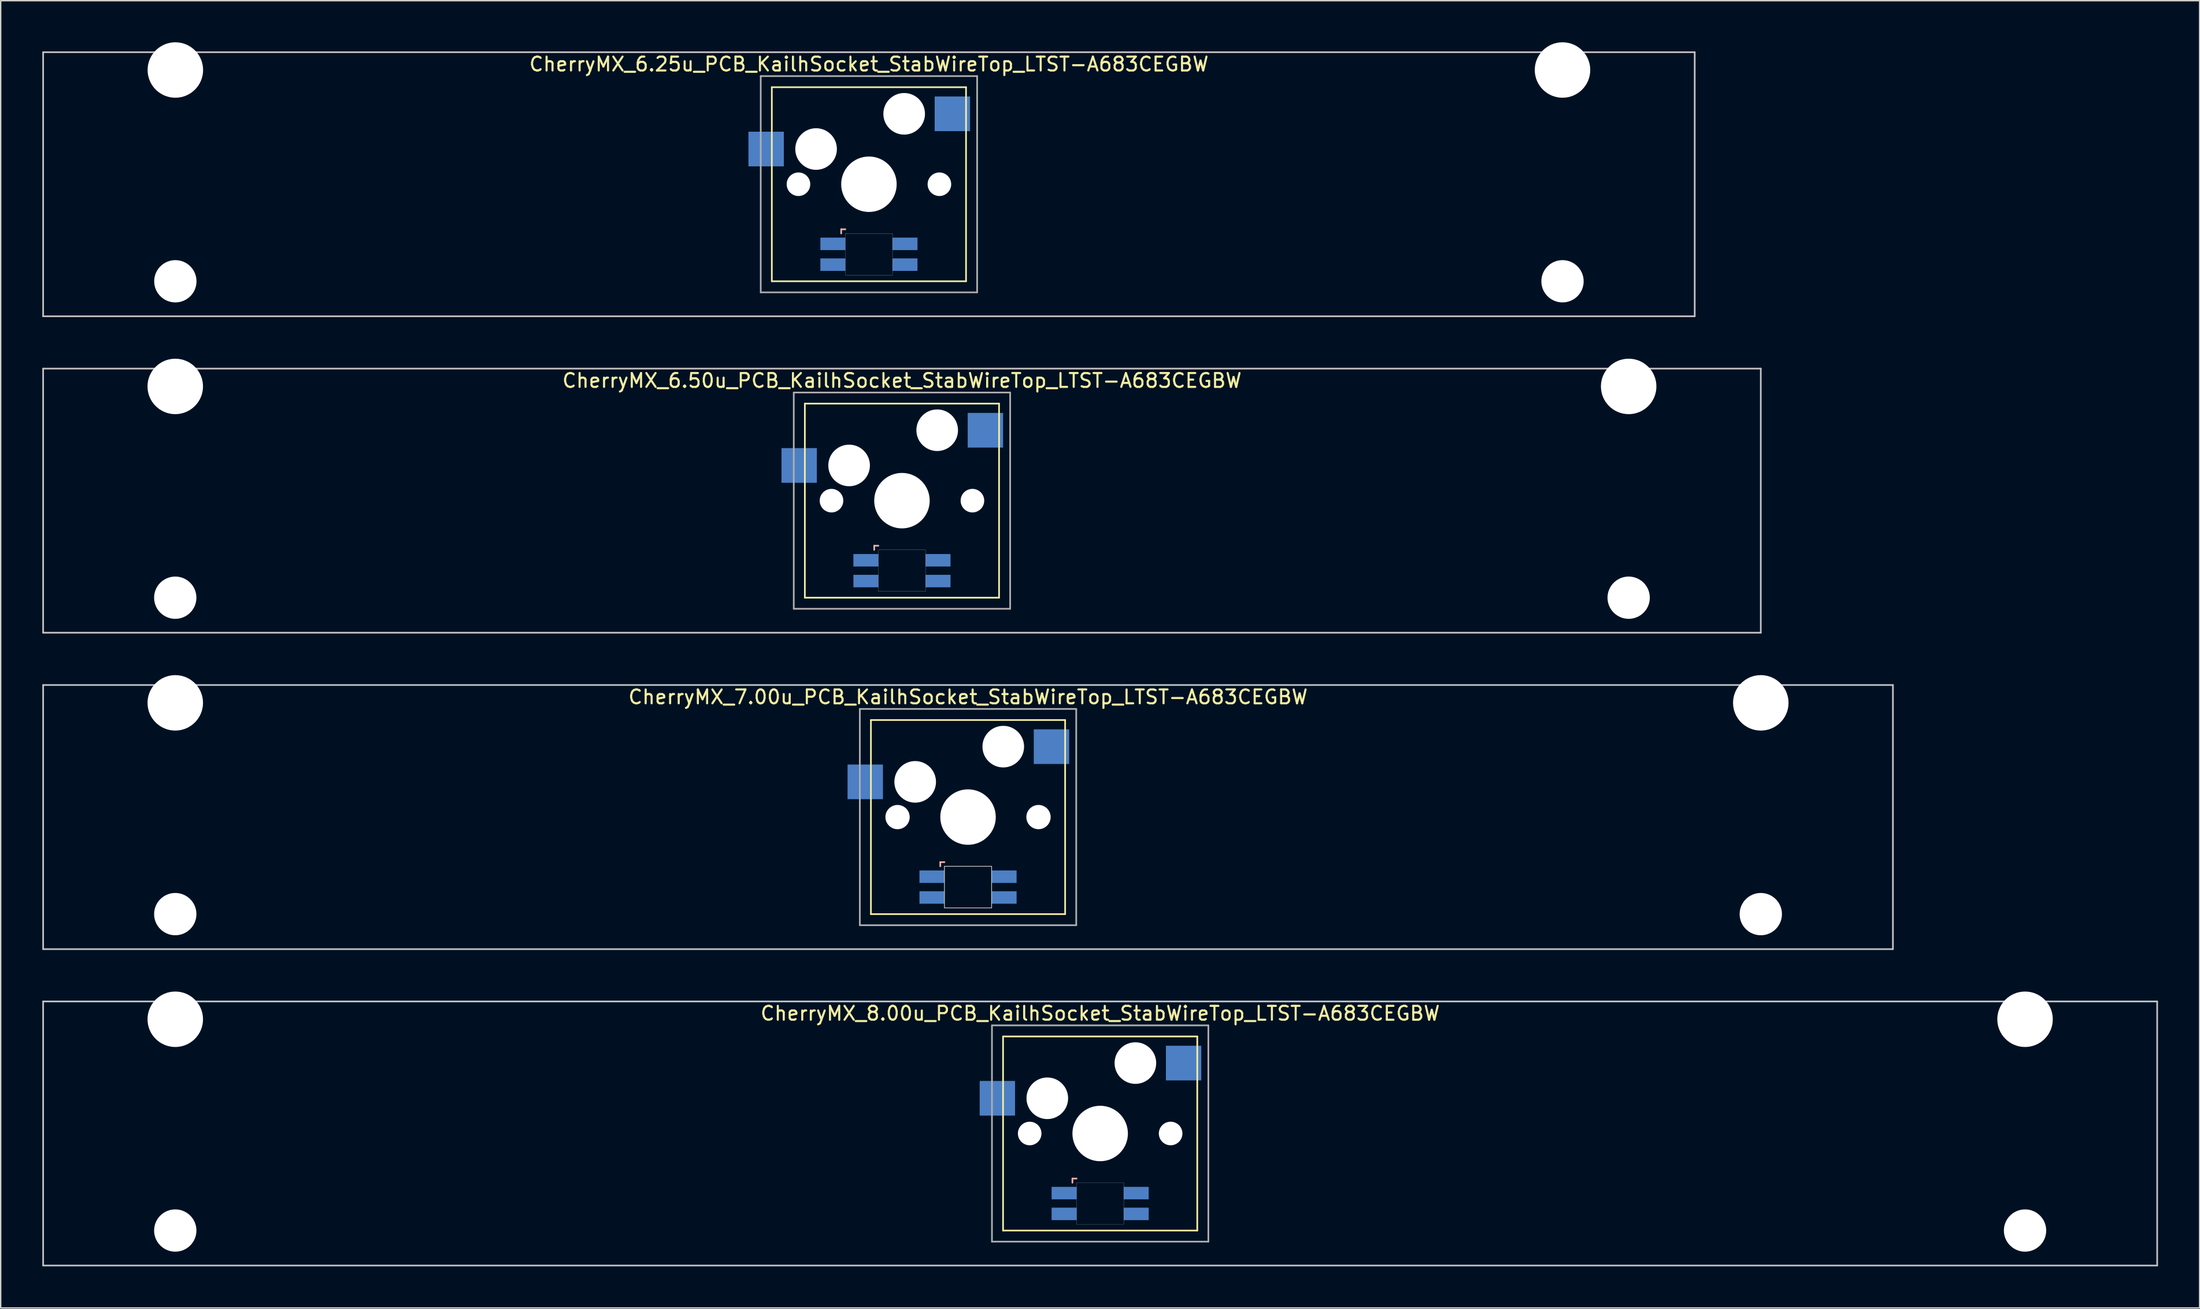
<source format=kicad_pcb>
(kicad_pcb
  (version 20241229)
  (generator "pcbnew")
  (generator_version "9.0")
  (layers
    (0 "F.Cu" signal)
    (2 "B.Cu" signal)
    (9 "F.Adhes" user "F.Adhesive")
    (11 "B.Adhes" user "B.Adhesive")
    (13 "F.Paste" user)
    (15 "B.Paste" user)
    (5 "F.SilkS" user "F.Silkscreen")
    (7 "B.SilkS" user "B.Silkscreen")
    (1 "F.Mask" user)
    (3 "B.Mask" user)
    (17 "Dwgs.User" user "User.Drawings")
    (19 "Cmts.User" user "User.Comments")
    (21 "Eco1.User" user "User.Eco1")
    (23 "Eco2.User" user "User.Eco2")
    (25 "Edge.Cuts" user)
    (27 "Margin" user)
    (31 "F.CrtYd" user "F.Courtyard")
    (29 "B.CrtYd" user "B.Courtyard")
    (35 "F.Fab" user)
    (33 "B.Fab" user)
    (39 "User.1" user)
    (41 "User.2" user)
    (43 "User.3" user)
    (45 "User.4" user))
  (footprint "CherryMX_8.00u_PCB_KailhSocket_StabWireTop_LTST-A683CEGBW"
    (layer "F.Cu")
    (at 76.26 78.715)
    (property "Reference" "CherryMX_8.00u_PCB_KailhSocket_StabWireTop_LTST-A683CEGBW" (at 0 -8.662 0) (layer "F.SilkS") (effects (font (size 1 1) (thickness 0.15))))
    (attr through_hole)
    (fp_line (start -7 -7) (end -7 7) (stroke (width 0.12) (type solid)) (layer "F.SilkS"))
    (fp_line (start -7 -7) (end 7 -7) (stroke (width 0.12) (type solid)) (layer "F.SilkS"))
    (fp_line (start 7 -7) (end 7 7) (stroke (width 0.12) (type solid)) (layer "F.SilkS"))
    (fp_line (start 7 7) (end -7 7) (stroke (width 0.12) (type solid)) (layer "F.SilkS"))
    (fp_line (start -2 3.25) (end -2 3.55) (stroke (width 0.12) (type solid)) (layer "B.SilkS"))
    (fp_line (start -1.7 3.25) (end -2 3.25) (stroke (width 0.12) (type solid)) (layer "B.SilkS"))
    (fp_line (start -76.2 -9.525) (end 76.2 -9.525) (stroke (width 0.12) (type solid)) (layer "Dwgs.User"))
    (fp_line (start -76.2 9.525) (end -76.2 -9.525) (stroke (width 0.12) (type solid)) (layer "Dwgs.User"))
    (fp_line (start 76.2 -9.525) (end 76.2 9.525) (stroke (width 0.12) (type solid)) (layer "Dwgs.User"))
    (fp_line (start 76.2 9.525) (end -76.2 9.525) (stroke (width 0.12) (type solid)) (layer "Dwgs.User"))
    (fp_poly (pts (xy 1.7 6.55) (xy -1.7 6.55) (xy -1.7 3.55) (xy 1.7 3.55)) (stroke (width 0.01) (type solid)) (fill no) (layer "Edge.Cuts"))
    (fp_line (start -7.8 -7.8) (end -7.8 7.8) (stroke (width 0.12) (type solid)) (layer "F.Fab"))
    (fp_line (start -7.8 -7.8) (end 7.8 -7.8) (stroke (width 0.12) (type solid)) (layer "F.Fab"))
    (fp_line (start -7.8 7.8) (end 7.8 7.8) (stroke (width 0.12) (type solid)) (layer "F.Fab"))
    (fp_line (start 7.8 -7.8) (end 7.8 7.8) (stroke (width 0.12) (type solid)) (layer "F.Fab"))
    (pad "" np_thru_hole circle (at -66.675 -8.24) (size 4 4) (drill 4) (layers "*.Cu" "*.Mask"))
    (pad "" np_thru_hole circle (at -66.675 7) (size 3.05 3.05) (drill 3.05) (layers "*.Cu" "*.Mask"))
    (pad "" np_thru_hole circle (at -5.08 0) (size 1.7 1.7) (drill 1.7) (layers "*.Cu" "*.Mask"))
    (pad "" np_thru_hole circle (at -3.81 -2.54) (size 3 3) (drill 3) (layers "*.Cu" "*.Mask"))
    (pad "" np_thru_hole circle (at 0 0) (size 4 4) (drill 4) (layers "*.Cu" "*.Mask"))
    (pad "" np_thru_hole circle (at 2.54 -5.08) (size 3 3) (drill 3) (layers "*.Cu" "*.Mask"))
    (pad "" np_thru_hole circle (at 5.08 0) (size 1.7 1.7) (drill 1.7) (layers "*.Cu" "*.Mask"))
    (pad "" np_thru_hole circle (at 66.675 -8.24) (size 4 4) (drill 4) (layers "*.Cu" "*.Mask"))
    (pad "" np_thru_hole circle (at 66.675 7) (size 3.05 3.05) (drill 3.05) (layers "*.Cu" "*.Mask"))
    (pad "1" smd rect (at -7.41 -2.54) (size 2.55 2.5) (layers "B.Cu" "B.Mask" "B.Paste"))
    (pad "2" smd rect (at 6.015 -5.08) (size 2.55 2.5) (layers "B.Cu" "B.Mask" "B.Paste"))
    (pad "3" smd rect (at -2.6 4.3) (size 1.8 0.9) (layers "B.Cu" "B.Mask" "B.Paste"))
    (pad "4" smd rect (at -2.6 5.8) (size 1.8 0.9) (layers "B.Cu" "B.Mask" "B.Paste"))
    (pad "5" smd rect (at 2.6 4.3) (size 1.8 0.9) (layers "B.Cu" "B.Mask" "B.Paste"))
    (pad "6" smd rect (at 2.6 5.8) (size 1.8 0.9) (layers "B.Cu" "B.Mask" "B.Paste")))
  (footprint "CherryMX_6.50u_PCB_KailhSocket_StabWireTop_LTST-A683CEGBW"
    (layer "F.Cu")
    (at 61.972 33.065)
    (property "Reference" "CherryMX_6.50u_PCB_KailhSocket_StabWireTop_LTST-A683CEGBW" (at 0 -8.662 0) (layer "F.SilkS") (effects (font (size 1 1) (thickness 0.15))))
    (attr through_hole)
    (fp_line (start -7 -7) (end -7 7) (stroke (width 0.12) (type solid)) (layer "F.SilkS"))
    (fp_line (start -7 -7) (end 7 -7) (stroke (width 0.12) (type solid)) (layer "F.SilkS"))
    (fp_line (start 7 -7) (end 7 7) (stroke (width 0.12) (type solid)) (layer "F.SilkS"))
    (fp_line (start 7 7) (end -7 7) (stroke (width 0.12) (type solid)) (layer "F.SilkS"))
    (fp_line (start -2 3.25) (end -2 3.55) (stroke (width 0.12) (type solid)) (layer "B.SilkS"))
    (fp_line (start -1.7 3.25) (end -2 3.25) (stroke (width 0.12) (type solid)) (layer "B.SilkS"))
    (fp_line (start -61.913 -9.525) (end 61.913 -9.525) (stroke (width 0.12) (type solid)) (layer "Dwgs.User"))
    (fp_line (start -61.913 9.525) (end -61.913 -9.525) (stroke (width 0.12) (type solid)) (layer "Dwgs.User"))
    (fp_line (start 61.913 -9.525) (end 61.913 9.525) (stroke (width 0.12) (type solid)) (layer "Dwgs.User"))
    (fp_line (start 61.913 9.525) (end -61.913 9.525) (stroke (width 0.12) (type solid)) (layer "Dwgs.User"))
    (fp_poly (pts (xy 1.7 6.55) (xy -1.7 6.55) (xy -1.7 3.55) (xy 1.7 3.55)) (stroke (width 0.01) (type solid)) (fill no) (layer "Edge.Cuts"))
    (fp_line (start -7.8 -7.8) (end -7.8 7.8) (stroke (width 0.12) (type solid)) (layer "F.Fab"))
    (fp_line (start -7.8 -7.8) (end 7.8 -7.8) (stroke (width 0.12) (type solid)) (layer "F.Fab"))
    (fp_line (start -7.8 7.8) (end 7.8 7.8) (stroke (width 0.12) (type solid)) (layer "F.Fab"))
    (fp_line (start 7.8 -7.8) (end 7.8 7.8) (stroke (width 0.12) (type solid)) (layer "F.Fab"))
    (pad "" np_thru_hole circle (at -52.388 -8.24) (size 4 4) (drill 4) (layers "*.Cu" "*.Mask"))
    (pad "" np_thru_hole circle (at -52.388 7) (size 3.05 3.05) (drill 3.05) (layers "*.Cu" "*.Mask"))
    (pad "" np_thru_hole circle (at -5.08 0) (size 1.7 1.7) (drill 1.7) (layers "*.Cu" "*.Mask"))
    (pad "" np_thru_hole circle (at -3.81 -2.54) (size 3 3) (drill 3) (layers "*.Cu" "*.Mask"))
    (pad "" np_thru_hole circle (at 0 0) (size 4 4) (drill 4) (layers "*.Cu" "*.Mask"))
    (pad "" np_thru_hole circle (at 2.54 -5.08) (size 3 3) (drill 3) (layers "*.Cu" "*.Mask"))
    (pad "" np_thru_hole circle (at 5.08 0) (size 1.7 1.7) (drill 1.7) (layers "*.Cu" "*.Mask"))
    (pad "" np_thru_hole circle (at 52.388 -8.24) (size 4 4) (drill 4) (layers "*.Cu" "*.Mask"))
    (pad "" np_thru_hole circle (at 52.388 7) (size 3.05 3.05) (drill 3.05) (layers "*.Cu" "*.Mask"))
    (pad "1" smd rect (at -7.41 -2.54) (size 2.55 2.5) (layers "B.Cu" "B.Mask" "B.Paste"))
    (pad "2" smd rect (at 6.015 -5.08) (size 2.55 2.5) (layers "B.Cu" "B.Mask" "B.Paste"))
    (pad "3" smd rect (at -2.6 4.3) (size 1.8 0.9) (layers "B.Cu" "B.Mask" "B.Paste"))
    (pad "4" smd rect (at -2.6 5.8) (size 1.8 0.9) (layers "B.Cu" "B.Mask" "B.Paste"))
    (pad "5" smd rect (at 2.6 4.3) (size 1.8 0.9) (layers "B.Cu" "B.Mask" "B.Paste"))
    (pad "6" smd rect (at 2.6 5.8) (size 1.8 0.9) (layers "B.Cu" "B.Mask" "B.Paste")))
  (footprint "CherryMX_6.25u_PCB_KailhSocket_StabWireTop_LTST-A683CEGBW"
    (layer "F.Cu")
    (at 59.591 10.24)
    (property "Reference" "CherryMX_6.25u_PCB_KailhSocket_StabWireTop_LTST-A683CEGBW" (at 0 -8.662 0) (layer "F.SilkS") (effects (font (size 1 1) (thickness 0.15))))
    (attr through_hole)
    (fp_line (start -7 -7) (end -7 7) (stroke (width 0.12) (type solid)) (layer "F.SilkS"))
    (fp_line (start -7 -7) (end 7 -7) (stroke (width 0.12) (type solid)) (layer "F.SilkS"))
    (fp_line (start 7 -7) (end 7 7) (stroke (width 0.12) (type solid)) (layer "F.SilkS"))
    (fp_line (start 7 7) (end -7 7) (stroke (width 0.12) (type solid)) (layer "F.SilkS"))
    (fp_line (start -2 3.25) (end -2 3.55) (stroke (width 0.12) (type solid)) (layer "B.SilkS"))
    (fp_line (start -1.7 3.25) (end -2 3.25) (stroke (width 0.12) (type solid)) (layer "B.SilkS"))
    (fp_line (start -59.531 -9.525) (end 59.531 -9.525) (stroke (width 0.12) (type solid)) (layer "Dwgs.User"))
    (fp_line (start -59.531 9.525) (end -59.531 -9.525) (stroke (width 0.12) (type solid)) (layer "Dwgs.User"))
    (fp_line (start 59.531 -9.525) (end 59.531 9.525) (stroke (width 0.12) (type solid)) (layer "Dwgs.User"))
    (fp_line (start 59.531 9.525) (end -59.531 9.525) (stroke (width 0.12) (type solid)) (layer "Dwgs.User"))
    (fp_poly (pts (xy 1.7 6.55) (xy -1.7 6.55) (xy -1.7 3.55) (xy 1.7 3.55)) (stroke (width 0.01) (type solid)) (fill no) (layer "Edge.Cuts"))
    (fp_line (start -7.8 -7.8) (end -7.8 7.8) (stroke (width 0.12) (type solid)) (layer "F.Fab"))
    (fp_line (start -7.8 -7.8) (end 7.8 -7.8) (stroke (width 0.12) (type solid)) (layer "F.Fab"))
    (fp_line (start -7.8 7.8) (end 7.8 7.8) (stroke (width 0.12) (type solid)) (layer "F.Fab"))
    (fp_line (start 7.8 -7.8) (end 7.8 7.8) (stroke (width 0.12) (type solid)) (layer "F.Fab"))
    (pad "" np_thru_hole circle (at -50 -8.24) (size 4 4) (drill 4) (layers "*.Cu" "*.Mask"))
    (pad "" np_thru_hole circle (at -50 7) (size 3.05 3.05) (drill 3.05) (layers "*.Cu" "*.Mask"))
    (pad "" np_thru_hole circle (at -5.08 0) (size 1.7 1.7) (drill 1.7) (layers "*.Cu" "*.Mask"))
    (pad "" np_thru_hole circle (at -3.81 -2.54) (size 3 3) (drill 3) (layers "*.Cu" "*.Mask"))
    (pad "" np_thru_hole circle (at 0 0) (size 4 4) (drill 4) (layers "*.Cu" "*.Mask"))
    (pad "" np_thru_hole circle (at 2.54 -5.08) (size 3 3) (drill 3) (layers "*.Cu" "*.Mask"))
    (pad "" np_thru_hole circle (at 5.08 0) (size 1.7 1.7) (drill 1.7) (layers "*.Cu" "*.Mask"))
    (pad "" np_thru_hole circle (at 50 -8.24) (size 4 4) (drill 4) (layers "*.Cu" "*.Mask"))
    (pad "" np_thru_hole circle (at 50 7) (size 3.05 3.05) (drill 3.05) (layers "*.Cu" "*.Mask"))
    (pad "1" smd rect (at -7.41 -2.54) (size 2.55 2.5) (layers "B.Cu" "B.Mask" "B.Paste"))
    (pad "2" smd rect (at 6.015 -5.08) (size 2.55 2.5) (layers "B.Cu" "B.Mask" "B.Paste"))
    (pad "3" smd rect (at -2.6 4.3) (size 1.8 0.9) (layers "B.Cu" "B.Mask" "B.Paste"))
    (pad "4" smd rect (at -2.6 5.8) (size 1.8 0.9) (layers "B.Cu" "B.Mask" "B.Paste"))
    (pad "5" smd rect (at 2.6 4.3) (size 1.8 0.9) (layers "B.Cu" "B.Mask" "B.Paste"))
    (pad "6" smd rect (at 2.6 5.8) (size 1.8 0.9) (layers "B.Cu" "B.Mask" "B.Paste")))
  (footprint "CherryMX_7.00u_PCB_KailhSocket_StabWireTop_LTST-A683CEGBW"
    (layer "F.Cu")
    (at 66.735 55.89)
    (property "Reference" "CherryMX_7.00u_PCB_KailhSocket_StabWireTop_LTST-A683CEGBW" (at 0 -8.662 0) (layer "F.SilkS") (effects (font (size 1 1) (thickness 0.15))))
    (attr through_hole)
    (fp_line (start -7 -7) (end -7 7) (stroke (width 0.12) (type solid)) (layer "F.SilkS"))
    (fp_line (start -7 -7) (end 7 -7) (stroke (width 0.12) (type solid)) (layer "F.SilkS"))
    (fp_line (start 7 -7) (end 7 7) (stroke (width 0.12) (type solid)) (layer "F.SilkS"))
    (fp_line (start 7 7) (end -7 7) (stroke (width 0.12) (type solid)) (layer "F.SilkS"))
    (fp_line (start -2 3.25) (end -2 3.55) (stroke (width 0.12) (type solid)) (layer "B.SilkS"))
    (fp_line (start -1.7 3.25) (end -2 3.25) (stroke (width 0.12) (type solid)) (layer "B.SilkS"))
    (fp_line (start -66.675 -9.525) (end 66.675 -9.525) (stroke (width 0.12) (type solid)) (layer "Dwgs.User"))
    (fp_line (start -66.675 9.525) (end -66.675 -9.525) (stroke (width 0.12) (type solid)) (layer "Dwgs.User"))
    (fp_line (start 66.675 -9.525) (end 66.675 9.525) (stroke (width 0.12) (type solid)) (layer "Dwgs.User"))
    (fp_line (start 66.675 9.525) (end -66.675 9.525) (stroke (width 0.12) (type solid)) (layer "Dwgs.User"))
    (fp_line (start -1.7 3.55) (end 1.7 3.55) (stroke (width 0.05) (type solid)) (layer "Edge.Cuts"))
    (fp_line (start -1.7 6.55) (end -1.7 3.55) (stroke (width 0.05) (type solid)) (layer "Edge.Cuts"))
    (fp_line (start 1.7 3.55) (end 1.7 6.55) (stroke (width 0.05) (type solid)) (layer "Edge.Cuts"))
    (fp_line (start 1.7 6.55) (end -1.7 6.55) (stroke (width 0.05) (type solid)) (layer "Edge.Cuts"))
    (fp_line (start -7.8 -7.8) (end -7.8 7.8) (stroke (width 0.12) (type solid)) (layer "F.Fab"))
    (fp_line (start -7.8 -7.8) (end 7.8 -7.8) (stroke (width 0.12) (type solid)) (layer "F.Fab"))
    (fp_line (start -7.8 7.8) (end 7.8 7.8) (stroke (width 0.12) (type solid)) (layer "F.Fab"))
    (fp_line (start 7.8 -7.8) (end 7.8 7.8) (stroke (width 0.12) (type solid)) (layer "F.Fab"))
    (pad "" np_thru_hole circle (at -57.15 -8.24) (size 4 4) (drill 4) (layers "*.Cu" "*.Mask"))
    (pad "" np_thru_hole circle (at -57.15 7) (size 3.05 3.05) (drill 3.05) (layers "*.Cu" "*.Mask"))
    (pad "" np_thru_hole circle (at -5.08 0) (size 1.75 1.75) (drill 1.75) (layers "*.Cu" "*.Mask"))
    (pad "" np_thru_hole circle (at -3.81 -2.54) (size 3 3) (drill 3) (layers "*.Cu" "*.Mask"))
    (pad "" np_thru_hole circle (at 0 0) (size 4 4) (drill 4) (layers "*.Cu" "*.Mask"))
    (pad "" np_thru_hole circle (at 2.54 -5.08) (size 3 3) (drill 3) (layers "*.Cu" "*.Mask"))
    (pad "" np_thru_hole circle (at 5.08 0) (size 1.75 1.75) (drill 1.75) (layers "*.Cu" "*.Mask"))
    (pad "" np_thru_hole circle (at 57.15 -8.24) (size 4 4) (drill 4) (layers "*.Cu" "*.Mask"))
    (pad "" np_thru_hole circle (at 57.15 7) (size 3.05 3.05) (drill 3.05) (layers "*.Cu" "*.Mask"))
    (pad "1" smd rect (at -7.41 -2.54) (size 2.55 2.5) (layers "B.Cu" "B.Mask" "B.Paste"))
    (pad "2" smd rect (at 6.015 -5.08) (size 2.55 2.5) (layers "B.Cu" "B.Mask" "B.Paste"))
    (pad "3" smd rect (at -2.6 4.3) (size 1.8 0.9) (layers "B.Cu" "B.Mask" "B.Paste"))
    (pad "4" smd rect (at -2.6 5.8) (size 1.8 0.9) (layers "B.Cu" "B.Mask" "B.Paste"))
    (pad "5" smd rect (at 2.6 4.3) (size 1.8 0.9) (layers "B.Cu" "B.Mask" "B.Paste"))
    (pad "6" smd rect (at 2.6 5.8) (size 1.8 0.9) (layers "B.Cu" "B.Mask" "B.Paste")))
  (gr_rect
    (start -3 -3)
    (end 155.52 91.3)
    (stroke (width 0.1) (type default))
    (fill no)
    (layer "Edge.Cuts")))
</source>
